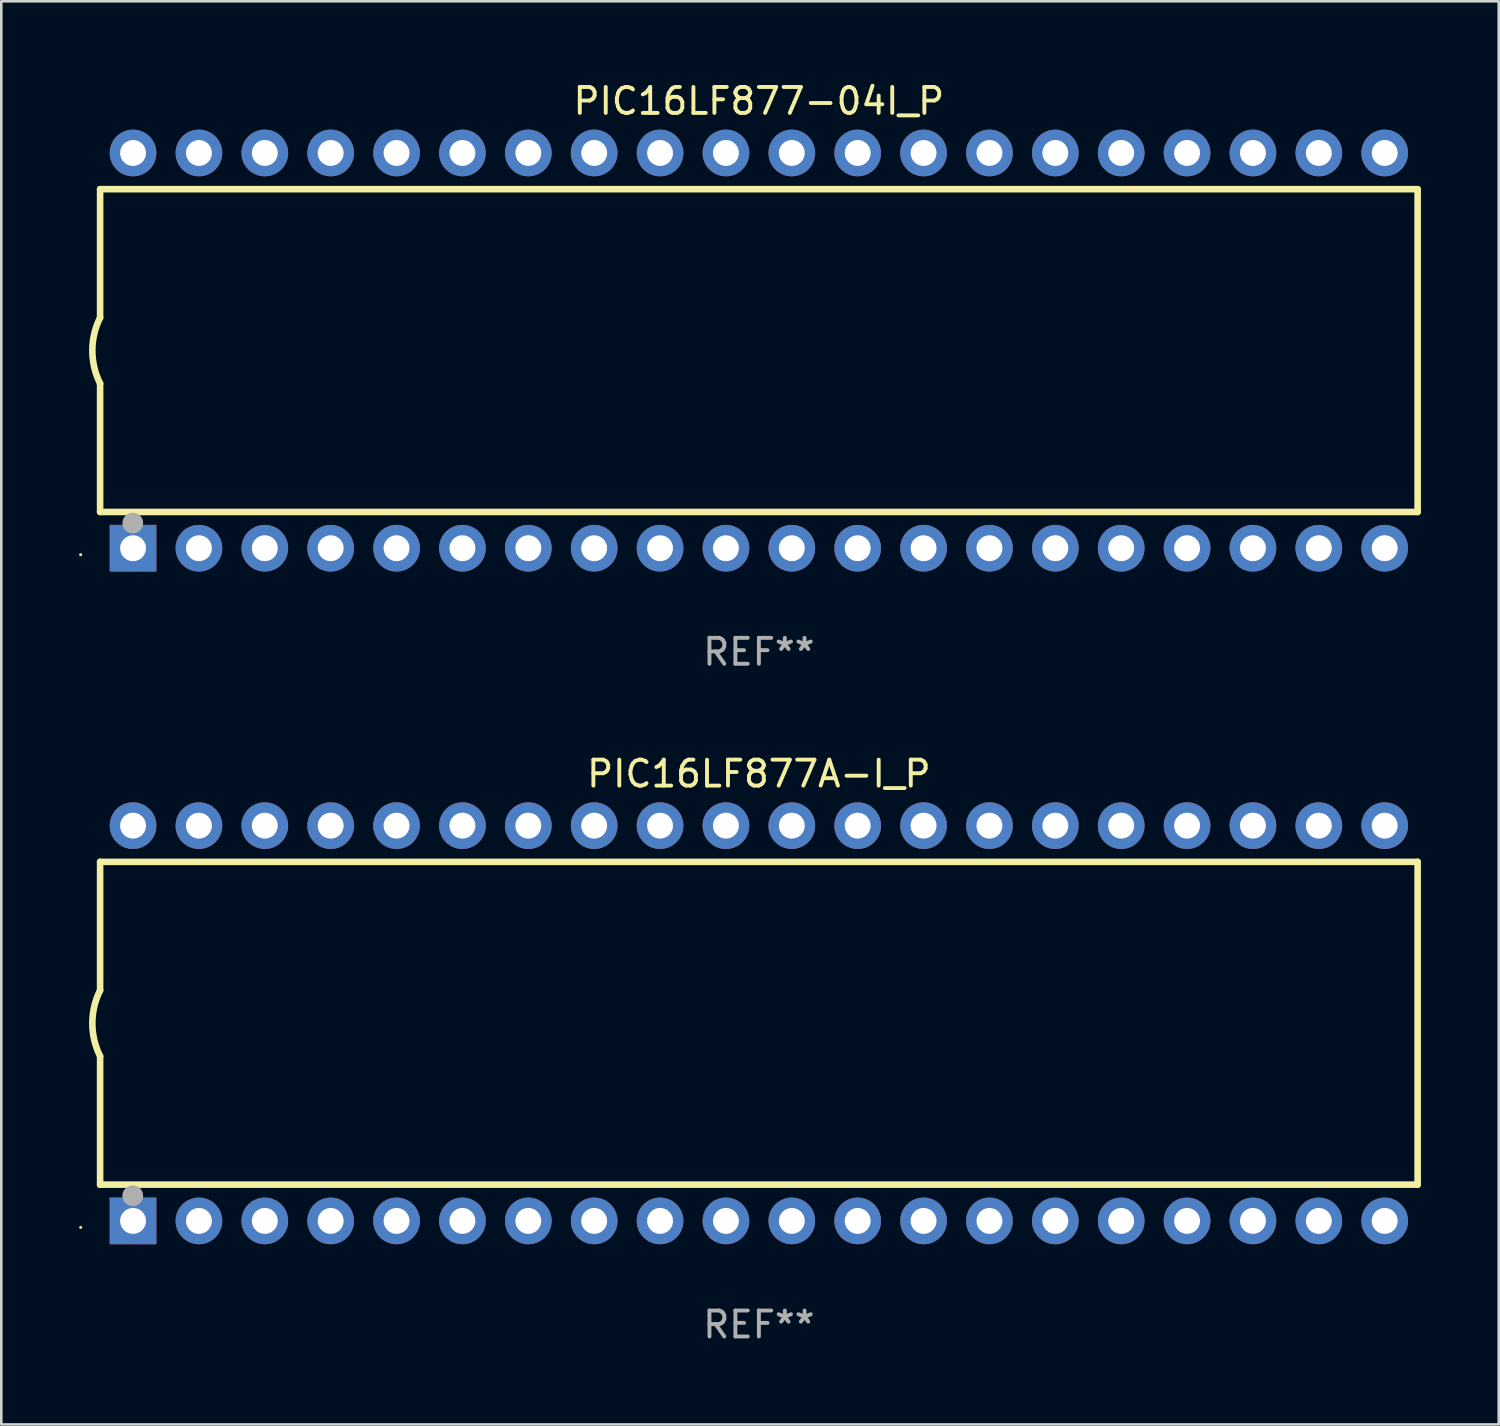
<source format=kicad_pcb>
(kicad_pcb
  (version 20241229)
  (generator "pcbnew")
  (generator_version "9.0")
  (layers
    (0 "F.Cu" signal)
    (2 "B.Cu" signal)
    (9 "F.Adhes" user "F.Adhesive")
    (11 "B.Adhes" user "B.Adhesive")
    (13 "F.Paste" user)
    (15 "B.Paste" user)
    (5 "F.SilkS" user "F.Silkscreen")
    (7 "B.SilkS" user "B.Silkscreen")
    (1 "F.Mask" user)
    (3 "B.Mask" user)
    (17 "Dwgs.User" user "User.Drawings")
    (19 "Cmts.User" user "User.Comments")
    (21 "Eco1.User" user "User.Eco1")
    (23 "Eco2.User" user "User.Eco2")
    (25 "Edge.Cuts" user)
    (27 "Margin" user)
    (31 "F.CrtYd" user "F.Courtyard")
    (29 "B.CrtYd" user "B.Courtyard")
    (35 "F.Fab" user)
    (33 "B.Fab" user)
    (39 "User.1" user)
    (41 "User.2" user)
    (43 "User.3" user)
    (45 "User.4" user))
  (footprint "PIC16LF877-04I_P"
    (layer "F.Cu")
    (at 26.21 10.468)
    (property "Reference" "PIC16LF877-04I_P" (at 0 -9.62 0) (layer "F.SilkS") (effects (font (size 1 1) (thickness 0.15))))
    (attr through_hole)
    (fp_line (start -25.4 -6.224) (end -25.4 -1.271) (stroke (width 0.254) (type solid)) (layer "F.SilkS"))
    (fp_line (start -25.4 -6.224) (end 25.4 -6.224) (stroke (width 0.254) (type solid)) (layer "F.SilkS"))
    (fp_line (start -25.4 1.269) (end -25.4 6.222) (stroke (width 0.254) (type solid)) (layer "F.SilkS"))
    (fp_line (start -25.4 6.222) (end 25.4 6.222) (stroke (width 0.254) (type solid)) (layer "F.SilkS"))
    (fp_line (start 25.4 6.222) (end 25.4 -6.224) (stroke (width 0.254) (type solid)) (layer "F.SilkS"))
    (fp_arc (start -25.4 1.269241) (mid -25.699807 -0.000762) (end -25.4 -1.270765) (stroke (width 0.254001) (type solid)) (layer "F.SilkS"))
    (fp_circle (center -26.15 7.87) (end -26.12 7.87) (stroke (width 0.06) (type solid)) (fill no) (layer "F.SilkS"))
    (fp_circle (center -24.14 6.65) (end -23.94 6.65) (stroke (width 0.4) (type solid)) (fill no) (layer "F.Fab"))
    (fp_text user "REF**" (at 0 11.62 0) (layer "F.Fab") (effects (font (size 1 1) (thickness 0.15))))
    (pad "1" thru_hole rect (at -24.13 7.62 90) (size 1.8 1.8) (drill 1) (layers "*.Cu" "*.Mask"))
    (pad "2" thru_hole circle (at -21.59 7.62) (size 1.8 1.8) (drill 1) (layers "*.Cu" "*.Mask"))
    (pad "3" thru_hole circle (at -19.05 7.62) (size 1.8 1.8) (drill 1) (layers "*.Cu" "*.Mask"))
    (pad "4" thru_hole circle (at -16.51 7.62) (size 1.8 1.8) (drill 1) (layers "*.Cu" "*.Mask"))
    (pad "5" thru_hole circle (at -13.97 7.62) (size 1.8 1.8) (drill 1) (layers "*.Cu" "*.Mask"))
    (pad "6" thru_hole circle (at -11.43 7.62) (size 1.8 1.8) (drill 1) (layers "*.Cu" "*.Mask"))
    (pad "7" thru_hole circle (at -8.89 7.62) (size 1.8 1.8) (drill 1) (layers "*.Cu" "*.Mask"))
    (pad "8" thru_hole circle (at -6.35 7.62) (size 1.8 1.8) (drill 1) (layers "*.Cu" "*.Mask"))
    (pad "9" thru_hole circle (at -3.81 7.62) (size 1.8 1.8) (drill 1) (layers "*.Cu" "*.Mask"))
    (pad "10" thru_hole circle (at -1.27 7.62) (size 1.8 1.8) (drill 1) (layers "*.Cu" "*.Mask"))
    (pad "11" thru_hole circle (at 1.27 7.62) (size 1.8 1.8) (drill 1) (layers "*.Cu" "*.Mask"))
    (pad "12" thru_hole circle (at 3.81 7.62) (size 1.8 1.8) (drill 1) (layers "*.Cu" "*.Mask"))
    (pad "13" thru_hole circle (at 6.35 7.62) (size 1.8 1.8) (drill 1) (layers "*.Cu" "*.Mask"))
    (pad "14" thru_hole circle (at 8.89 7.62) (size 1.8 1.8) (drill 1) (layers "*.Cu" "*.Mask"))
    (pad "15" thru_hole circle (at 11.43 7.62) (size 1.8 1.8) (drill 1) (layers "*.Cu" "*.Mask"))
    (pad "16" thru_hole circle (at 13.97 7.62) (size 1.8 1.8) (drill 1) (layers "*.Cu" "*.Mask"))
    (pad "17" thru_hole circle (at 16.51 7.62) (size 1.8 1.8) (drill 1) (layers "*.Cu" "*.Mask"))
    (pad "18" thru_hole circle (at 19.05 7.62) (size 1.8 1.8) (drill 1) (layers "*.Cu" "*.Mask"))
    (pad "19" thru_hole circle (at 21.59 7.62) (size 1.8 1.8) (drill 1) (layers "*.Cu" "*.Mask"))
    (pad "20" thru_hole circle (at 24.13 7.62) (size 1.8 1.8) (drill 1) (layers "*.Cu" "*.Mask"))
    (pad "21" thru_hole circle (at 24.13 -7.62) (size 1.8 1.8) (drill 1) (layers "*.Cu" "*.Mask"))
    (pad "22" thru_hole circle (at 21.59 -7.62) (size 1.8 1.8) (drill 1) (layers "*.Cu" "*.Mask"))
    (pad "23" thru_hole circle (at 19.05 -7.62) (size 1.8 1.8) (drill 1) (layers "*.Cu" "*.Mask"))
    (pad "24" thru_hole circle (at 16.51 -7.62) (size 1.8 1.8) (drill 1) (layers "*.Cu" "*.Mask"))
    (pad "25" thru_hole circle (at 13.97 -7.62) (size 1.8 1.8) (drill 1) (layers "*.Cu" "*.Mask"))
    (pad "26" thru_hole circle (at 11.43 -7.62) (size 1.8 1.8) (drill 1) (layers "*.Cu" "*.Mask"))
    (pad "27" thru_hole circle (at 8.89 -7.62) (size 1.8 1.8) (drill 1) (layers "*.Cu" "*.Mask"))
    (pad "28" thru_hole circle (at 6.35 -7.62) (size 1.8 1.8) (drill 1) (layers "*.Cu" "*.Mask"))
    (pad "29" thru_hole circle (at 3.81 -7.62) (size 1.8 1.8) (drill 1) (layers "*.Cu" "*.Mask"))
    (pad "30" thru_hole circle (at 1.27 -7.62) (size 1.8 1.8) (drill 1) (layers "*.Cu" "*.Mask"))
    (pad "31" thru_hole circle (at -1.27 -7.62) (size 1.8 1.8) (drill 1) (layers "*.Cu" "*.Mask"))
    (pad "32" thru_hole circle (at -3.81 -7.62) (size 1.8 1.8) (drill 1) (layers "*.Cu" "*.Mask"))
    (pad "33" thru_hole circle (at -6.35 -7.62) (size 1.8 1.8) (drill 1) (layers "*.Cu" "*.Mask"))
    (pad "34" thru_hole circle (at -8.89 -7.62) (size 1.8 1.8) (drill 1) (layers "*.Cu" "*.Mask"))
    (pad "35" thru_hole circle (at -11.43 -7.62) (size 1.8 1.8) (drill 1) (layers "*.Cu" "*.Mask"))
    (pad "36" thru_hole circle (at -13.97 -7.62) (size 1.8 1.8) (drill 1) (layers "*.Cu" "*.Mask"))
    (pad "37" thru_hole circle (at -16.51 -7.62) (size 1.8 1.8) (drill 1) (layers "*.Cu" "*.Mask"))
    (pad "38" thru_hole circle (at -19.05 -7.62) (size 1.8 1.8) (drill 1) (layers "*.Cu" "*.Mask"))
    (pad "39" thru_hole circle (at -21.59 -7.62) (size 1.8 1.8) (drill 1) (layers "*.Cu" "*.Mask"))
    (pad "40" thru_hole circle (at -24.13 -7.62) (size 1.8 1.8) (drill 1) (layers "*.Cu" "*.Mask")))
  (footprint "PIC16LF877A-I_P"
    (layer "F.Cu")
    (at 26.21 36.405)
    (property "Reference" "PIC16LF877A-I_P" (at 0 -9.62 0) (layer "F.SilkS") (effects (font (size 1 1) (thickness 0.15))))
    (attr through_hole)
    (fp_line (start -25.4 -6.224) (end -25.4 -1.271) (stroke (width 0.254) (type solid)) (layer "F.SilkS"))
    (fp_line (start -25.4 -6.224) (end 25.4 -6.224) (stroke (width 0.254) (type solid)) (layer "F.SilkS"))
    (fp_line (start -25.4 1.269) (end -25.4 6.222) (stroke (width 0.254) (type solid)) (layer "F.SilkS"))
    (fp_line (start -25.4 6.222) (end 25.4 6.222) (stroke (width 0.254) (type solid)) (layer "F.SilkS"))
    (fp_line (start 25.4 6.222) (end 25.4 -6.224) (stroke (width 0.254) (type solid)) (layer "F.SilkS"))
    (fp_arc (start -25.4 1.269241) (mid -25.699807 -0.000762) (end -25.4 -1.270765) (stroke (width 0.254001) (type solid)) (layer "F.SilkS"))
    (fp_circle (center -26.15 7.87) (end -26.12 7.87) (stroke (width 0.06) (type solid)) (fill no) (layer "F.SilkS"))
    (fp_circle (center -24.14 6.65) (end -23.94 6.65) (stroke (width 0.4) (type solid)) (fill no) (layer "F.Fab"))
    (fp_text user "REF**" (at 0 11.62 0) (layer "F.Fab") (effects (font (size 1 1) (thickness 0.15))))
    (pad "1" thru_hole rect (at -24.13 7.62 90) (size 1.8 1.8) (drill 1) (layers "*.Cu" "*.Mask"))
    (pad "2" thru_hole circle (at -21.59 7.62) (size 1.8 1.8) (drill 1) (layers "*.Cu" "*.Mask"))
    (pad "3" thru_hole circle (at -19.05 7.62) (size 1.8 1.8) (drill 1) (layers "*.Cu" "*.Mask"))
    (pad "4" thru_hole circle (at -16.51 7.62) (size 1.8 1.8) (drill 1) (layers "*.Cu" "*.Mask"))
    (pad "5" thru_hole circle (at -13.97 7.62) (size 1.8 1.8) (drill 1) (layers "*.Cu" "*.Mask"))
    (pad "6" thru_hole circle (at -11.43 7.62) (size 1.8 1.8) (drill 1) (layers "*.Cu" "*.Mask"))
    (pad "7" thru_hole circle (at -8.89 7.62) (size 1.8 1.8) (drill 1) (layers "*.Cu" "*.Mask"))
    (pad "8" thru_hole circle (at -6.35 7.62) (size 1.8 1.8) (drill 1) (layers "*.Cu" "*.Mask"))
    (pad "9" thru_hole circle (at -3.81 7.62) (size 1.8 1.8) (drill 1) (layers "*.Cu" "*.Mask"))
    (pad "10" thru_hole circle (at -1.27 7.62) (size 1.8 1.8) (drill 1) (layers "*.Cu" "*.Mask"))
    (pad "11" thru_hole circle (at 1.27 7.62) (size 1.8 1.8) (drill 1) (layers "*.Cu" "*.Mask"))
    (pad "12" thru_hole circle (at 3.81 7.62) (size 1.8 1.8) (drill 1) (layers "*.Cu" "*.Mask"))
    (pad "13" thru_hole circle (at 6.35 7.62) (size 1.8 1.8) (drill 1) (layers "*.Cu" "*.Mask"))
    (pad "14" thru_hole circle (at 8.89 7.62) (size 1.8 1.8) (drill 1) (layers "*.Cu" "*.Mask"))
    (pad "15" thru_hole circle (at 11.43 7.62) (size 1.8 1.8) (drill 1) (layers "*.Cu" "*.Mask"))
    (pad "16" thru_hole circle (at 13.97 7.62) (size 1.8 1.8) (drill 1) (layers "*.Cu" "*.Mask"))
    (pad "17" thru_hole circle (at 16.51 7.62) (size 1.8 1.8) (drill 1) (layers "*.Cu" "*.Mask"))
    (pad "18" thru_hole circle (at 19.05 7.62) (size 1.8 1.8) (drill 1) (layers "*.Cu" "*.Mask"))
    (pad "19" thru_hole circle (at 21.59 7.62) (size 1.8 1.8) (drill 1) (layers "*.Cu" "*.Mask"))
    (pad "20" thru_hole circle (at 24.13 7.62) (size 1.8 1.8) (drill 1) (layers "*.Cu" "*.Mask"))
    (pad "21" thru_hole circle (at 24.13 -7.62) (size 1.8 1.8) (drill 1) (layers "*.Cu" "*.Mask"))
    (pad "22" thru_hole circle (at 21.59 -7.62) (size 1.8 1.8) (drill 1) (layers "*.Cu" "*.Mask"))
    (pad "23" thru_hole circle (at 19.05 -7.62) (size 1.8 1.8) (drill 1) (layers "*.Cu" "*.Mask"))
    (pad "24" thru_hole circle (at 16.51 -7.62) (size 1.8 1.8) (drill 1) (layers "*.Cu" "*.Mask"))
    (pad "25" thru_hole circle (at 13.97 -7.62) (size 1.8 1.8) (drill 1) (layers "*.Cu" "*.Mask"))
    (pad "26" thru_hole circle (at 11.43 -7.62) (size 1.8 1.8) (drill 1) (layers "*.Cu" "*.Mask"))
    (pad "27" thru_hole circle (at 8.89 -7.62) (size 1.8 1.8) (drill 1) (layers "*.Cu" "*.Mask"))
    (pad "28" thru_hole circle (at 6.35 -7.62) (size 1.8 1.8) (drill 1) (layers "*.Cu" "*.Mask"))
    (pad "29" thru_hole circle (at 3.81 -7.62) (size 1.8 1.8) (drill 1) (layers "*.Cu" "*.Mask"))
    (pad "30" thru_hole circle (at 1.27 -7.62) (size 1.8 1.8) (drill 1) (layers "*.Cu" "*.Mask"))
    (pad "31" thru_hole circle (at -1.27 -7.62) (size 1.8 1.8) (drill 1) (layers "*.Cu" "*.Mask"))
    (pad "32" thru_hole circle (at -3.81 -7.62) (size 1.8 1.8) (drill 1) (layers "*.Cu" "*.Mask"))
    (pad "33" thru_hole circle (at -6.35 -7.62) (size 1.8 1.8) (drill 1) (layers "*.Cu" "*.Mask"))
    (pad "34" thru_hole circle (at -8.89 -7.62) (size 1.8 1.8) (drill 1) (layers "*.Cu" "*.Mask"))
    (pad "35" thru_hole circle (at -11.43 -7.62) (size 1.8 1.8) (drill 1) (layers "*.Cu" "*.Mask"))
    (pad "36" thru_hole circle (at -13.97 -7.62) (size 1.8 1.8) (drill 1) (layers "*.Cu" "*.Mask"))
    (pad "37" thru_hole circle (at -16.51 -7.62) (size 1.8 1.8) (drill 1) (layers "*.Cu" "*.Mask"))
    (pad "38" thru_hole circle (at -19.05 -7.62) (size 1.8 1.8) (drill 1) (layers "*.Cu" "*.Mask"))
    (pad "39" thru_hole circle (at -21.59 -7.62) (size 1.8 1.8) (drill 1) (layers "*.Cu" "*.Mask"))
    (pad "40" thru_hole circle (at -24.13 -7.62) (size 1.8 1.8) (drill 1) (layers "*.Cu" "*.Mask")))
  (gr_rect
    (start -3 -3)
    (end 54.737 51.873)
    (stroke (width 0.1) (type default))
    (fill no)
    (layer "Edge.Cuts")))
</source>
